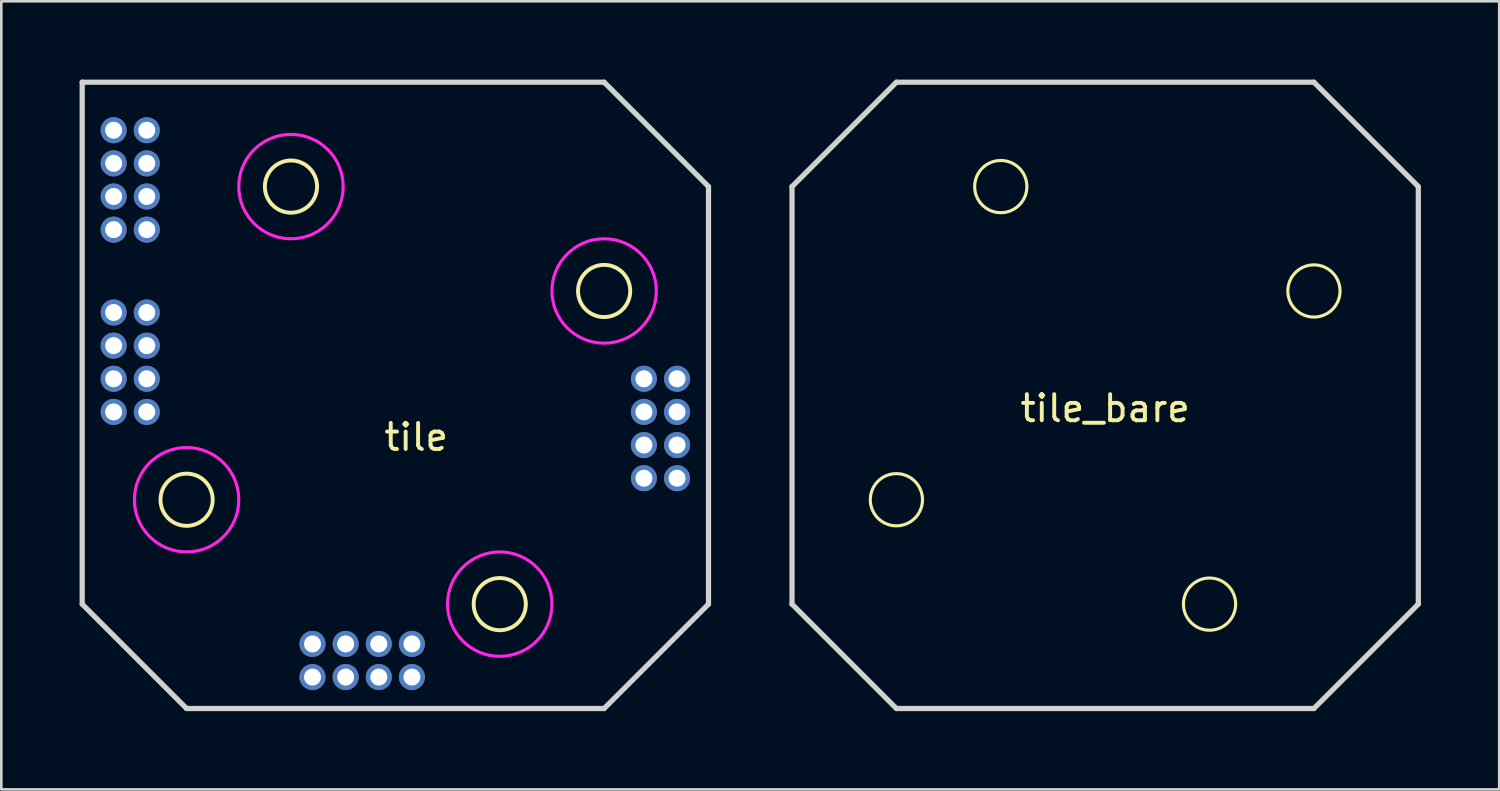
<source format=kicad_pcb>
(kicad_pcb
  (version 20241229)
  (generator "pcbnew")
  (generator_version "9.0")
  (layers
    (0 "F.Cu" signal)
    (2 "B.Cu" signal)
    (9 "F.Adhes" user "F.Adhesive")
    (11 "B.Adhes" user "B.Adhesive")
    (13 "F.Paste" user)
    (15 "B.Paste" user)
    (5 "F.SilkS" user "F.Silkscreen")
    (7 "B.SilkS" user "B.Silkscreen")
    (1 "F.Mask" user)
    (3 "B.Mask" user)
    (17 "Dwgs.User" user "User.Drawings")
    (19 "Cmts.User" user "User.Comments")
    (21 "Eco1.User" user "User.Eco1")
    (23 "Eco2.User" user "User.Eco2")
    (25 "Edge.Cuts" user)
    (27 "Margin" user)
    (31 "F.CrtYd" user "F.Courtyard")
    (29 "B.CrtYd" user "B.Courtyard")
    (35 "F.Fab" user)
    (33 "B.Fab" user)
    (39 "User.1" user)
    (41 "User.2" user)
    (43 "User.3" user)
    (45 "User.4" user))
  (footprint "tile"
    (layer "F.Cu")
    (at 12.1 12.1)
    (property "Reference" "tile" (at 0.8 1.6 0) (layer "F.SilkS") (effects (font (size 1 1) (thickness 0.15))))
    (attr through_hole)
    (fp_circle (center -8 4) (end -7 4) (stroke (width 0.15) (type solid)) (fill no) (layer "F.SilkS"))
    (fp_circle (center -4 -8) (end -3 -8) (stroke (width 0.15) (type solid)) (fill no) (layer "F.SilkS"))
    (fp_circle (center 4 8) (end 5 8) (stroke (width 0.15) (type solid)) (fill no) (layer "F.SilkS"))
    (fp_circle (center 8 -4) (end 9 -4) (stroke (width 0.15) (type solid)) (fill no) (layer "F.SilkS"))
    (fp_line (start -12 -12) (end -12 8) (stroke (width 0.2) (type solid)) (layer "Edge.Cuts"))
    (fp_line (start -12 8) (end -8 12) (stroke (width 0.2) (type solid)) (layer "Edge.Cuts"))
    (fp_line (start -8 12) (end 8 12) (stroke (width 0.2) (type solid)) (layer "Edge.Cuts"))
    (fp_line (start 8 -12) (end -12 -12) (stroke (width 0.2) (type solid)) (layer "Edge.Cuts"))
    (fp_line (start 8 12) (end 12 8) (stroke (width 0.2) (type solid)) (layer "Edge.Cuts"))
    (fp_line (start 12 -8) (end 8 -12) (stroke (width 0.2) (type solid)) (layer "Edge.Cuts"))
    (fp_line (start 12 8) (end 12 -8) (stroke (width 0.2) (type solid)) (layer "Edge.Cuts"))
    (fp_circle (center -8 4) (end -6 4) (stroke (width 0.12) (type solid)) (fill no) (layer "F.CrtYd"))
    (fp_circle (center -4 -8) (end -2 -8) (stroke (width 0.12) (type solid)) (fill no) (layer "F.CrtYd"))
    (fp_circle (center 4 8) (end 4 6) (stroke (width 0.12) (type solid)) (fill no) (layer "F.CrtYd"))
    (fp_circle (center 8 -4) (end 6 -4) (stroke (width 0.12) (type solid)) (fill no) (layer "F.CrtYd"))
    (pad "1" thru_hole circle (at 10.795 -0.635) (size 1 1) (drill 0.65) (layers "*.Cu" "*.Mask"))
    (pad "2" thru_hole circle (at 10.795 0.635) (size 1 1) (drill 0.65) (layers "*.Cu" "*.Mask"))
    (pad "3" thru_hole circle (at 10.795 1.905) (size 1 1) (drill 0.65) (layers "*.Cu" "*.Mask"))
    (pad "4" thru_hole circle (at 10.795 3.175) (size 1 1) (drill 0.65) (layers "*.Cu" "*.Mask"))
    (pad "5" thru_hole circle (at 0.635 10.795 270) (size 1 1) (drill 0.65) (layers "*.Cu" "*.Mask"))
    (pad "6" thru_hole circle (at -0.635 10.795 270) (size 1 1) (drill 0.65) (layers "*.Cu" "*.Mask"))
    (pad "7" thru_hole circle (at -1.905 10.795 270) (size 1 1) (drill 0.65) (layers "*.Cu" "*.Mask"))
    (pad "8" thru_hole circle (at -3.175 10.795 270) (size 1 1) (drill 0.65) (layers "*.Cu" "*.Mask"))
    (pad "9" thru_hole circle (at 9.525 -0.635) (size 1 1) (drill 0.65) (layers "*.Cu" "*.Mask"))
    (pad "10" thru_hole circle (at 9.525 0.635) (size 1 1) (drill 0.65) (layers "*.Cu" "*.Mask"))
    (pad "11" thru_hole circle (at 9.525 1.905) (size 1 1) (drill 0.65) (layers "*.Cu" "*.Mask"))
    (pad "12" thru_hole circle (at 9.525 3.175) (size 1 1) (drill 0.65) (layers "*.Cu" "*.Mask"))
    (pad "13" thru_hole circle (at 0.635 9.525 270) (size 1 1) (drill 0.65) (layers "*.Cu" "*.Mask"))
    (pad "14" thru_hole circle (at -0.635 9.525 270) (size 1 1) (drill 0.65) (layers "*.Cu" "*.Mask"))
    (pad "15" thru_hole circle (at -1.905 9.525 270) (size 1 1) (drill 0.65) (layers "*.Cu" "*.Mask"))
    (pad "16" thru_hole circle (at -3.175 9.525 270) (size 1 1) (drill 0.65) (layers "*.Cu" "*.Mask"))
    (pad "17" thru_hole circle (at -10.795 0.635) (size 1 1) (drill 0.65) (layers "*.Cu" "*.Mask"))
    (pad "18" thru_hole circle (at -10.795 -0.635) (size 1 1) (drill 0.65) (layers "*.Cu" "*.Mask"))
    (pad "19" thru_hole circle (at -10.795 -1.905) (size 1 1) (drill 0.65) (layers "*.Cu" "*.Mask"))
    (pad "20" thru_hole circle (at -10.795 -3.175) (size 1 1) (drill 0.65) (layers "*.Cu" "*.Mask"))
    (pad "21" thru_hole circle (at -10.795 -6.35) (size 1 1) (drill 0.65) (layers "*.Cu" "*.Mask"))
    (pad "22" thru_hole circle (at -10.795 -7.62) (size 1 1) (drill 0.65) (layers "*.Cu" "*.Mask"))
    (pad "23" thru_hole circle (at -10.795 -8.89) (size 1 1) (drill 0.65) (layers "*.Cu" "*.Mask"))
    (pad "24" thru_hole circle (at -10.795 -10.16) (size 1 1) (drill 0.65) (layers "*.Cu" "*.Mask"))
    (pad "25" thru_hole circle (at -9.525 0.635) (size 1 1) (drill 0.65) (layers "*.Cu" "*.Mask"))
    (pad "26" thru_hole circle (at -9.525 -0.635) (size 1 1) (drill 0.65) (layers "*.Cu" "*.Mask"))
    (pad "27" thru_hole circle (at -9.525 -1.905) (size 1 1) (drill 0.65) (layers "*.Cu" "*.Mask"))
    (pad "28" thru_hole circle (at -9.525 -3.175) (size 1 1) (drill 0.65) (layers "*.Cu" "*.Mask"))
    (pad "29" thru_hole circle (at -9.525 -6.35) (size 1 1) (drill 0.65) (layers "*.Cu" "*.Mask"))
    (pad "30" thru_hole circle (at -9.525 -7.62) (size 1 1) (drill 0.65) (layers "*.Cu" "*.Mask"))
    (pad "31" thru_hole circle (at -9.525 -8.89) (size 1 1) (drill 0.65) (layers "*.Cu" "*.Mask"))
    (pad "32" thru_hole circle (at -9.525 -10.16) (size 1 1) (drill 0.65) (layers "*.Cu" "*.Mask")))
  (footprint "tile_bare"
    (layer "F.Cu")
    (at 39.3 12.1)
    (property "Reference" "tile_bare" (at 0 0.5 0) (layer "F.SilkS") (effects (font (size 1 1) (thickness 0.15))))
    (attr through_hole)
    (fp_circle (center -8 4) (end -7 4) (stroke (width 0.12) (type solid)) (fill no) (layer "F.SilkS"))
    (fp_circle (center -4 -8) (end -3 -8) (stroke (width 0.12) (type solid)) (fill no) (layer "F.SilkS"))
    (fp_circle (center 4 8) (end 5 8) (stroke (width 0.12) (type solid)) (fill no) (layer "F.SilkS"))
    (fp_circle (center 8 -4) (end 9 -4) (stroke (width 0.12) (type solid)) (fill no) (layer "F.SilkS"))
    (fp_line (start -12 -8) (end -12 8) (stroke (width 0.2) (type solid)) (layer "Edge.Cuts"))
    (fp_line (start -12 8) (end -8 12) (stroke (width 0.2) (type solid)) (layer "Edge.Cuts"))
    (fp_line (start -8 -12) (end -12 -8) (stroke (width 0.2) (type solid)) (layer "Edge.Cuts"))
    (fp_line (start -8 12) (end 8 12) (stroke (width 0.2) (type solid)) (layer "Edge.Cuts"))
    (fp_line (start 8 -12) (end -8 -12) (stroke (width 0.2) (type solid)) (layer "Edge.Cuts"))
    (fp_line (start 8 12) (end 12 8) (stroke (width 0.2) (type solid)) (layer "Edge.Cuts"))
    (fp_line (start 12 -8) (end 8 -12) (stroke (width 0.2) (type solid)) (layer "Edge.Cuts"))
    (fp_line (start 12 8) (end 12 -8) (stroke (width 0.2) (type solid)) (layer "Edge.Cuts")))
  (gr_rect
    (start -3 -3)
    (end 54.4 27.2)
    (stroke (width 0.1) (type default))
    (fill no)
    (layer "Edge.Cuts")))
</source>
